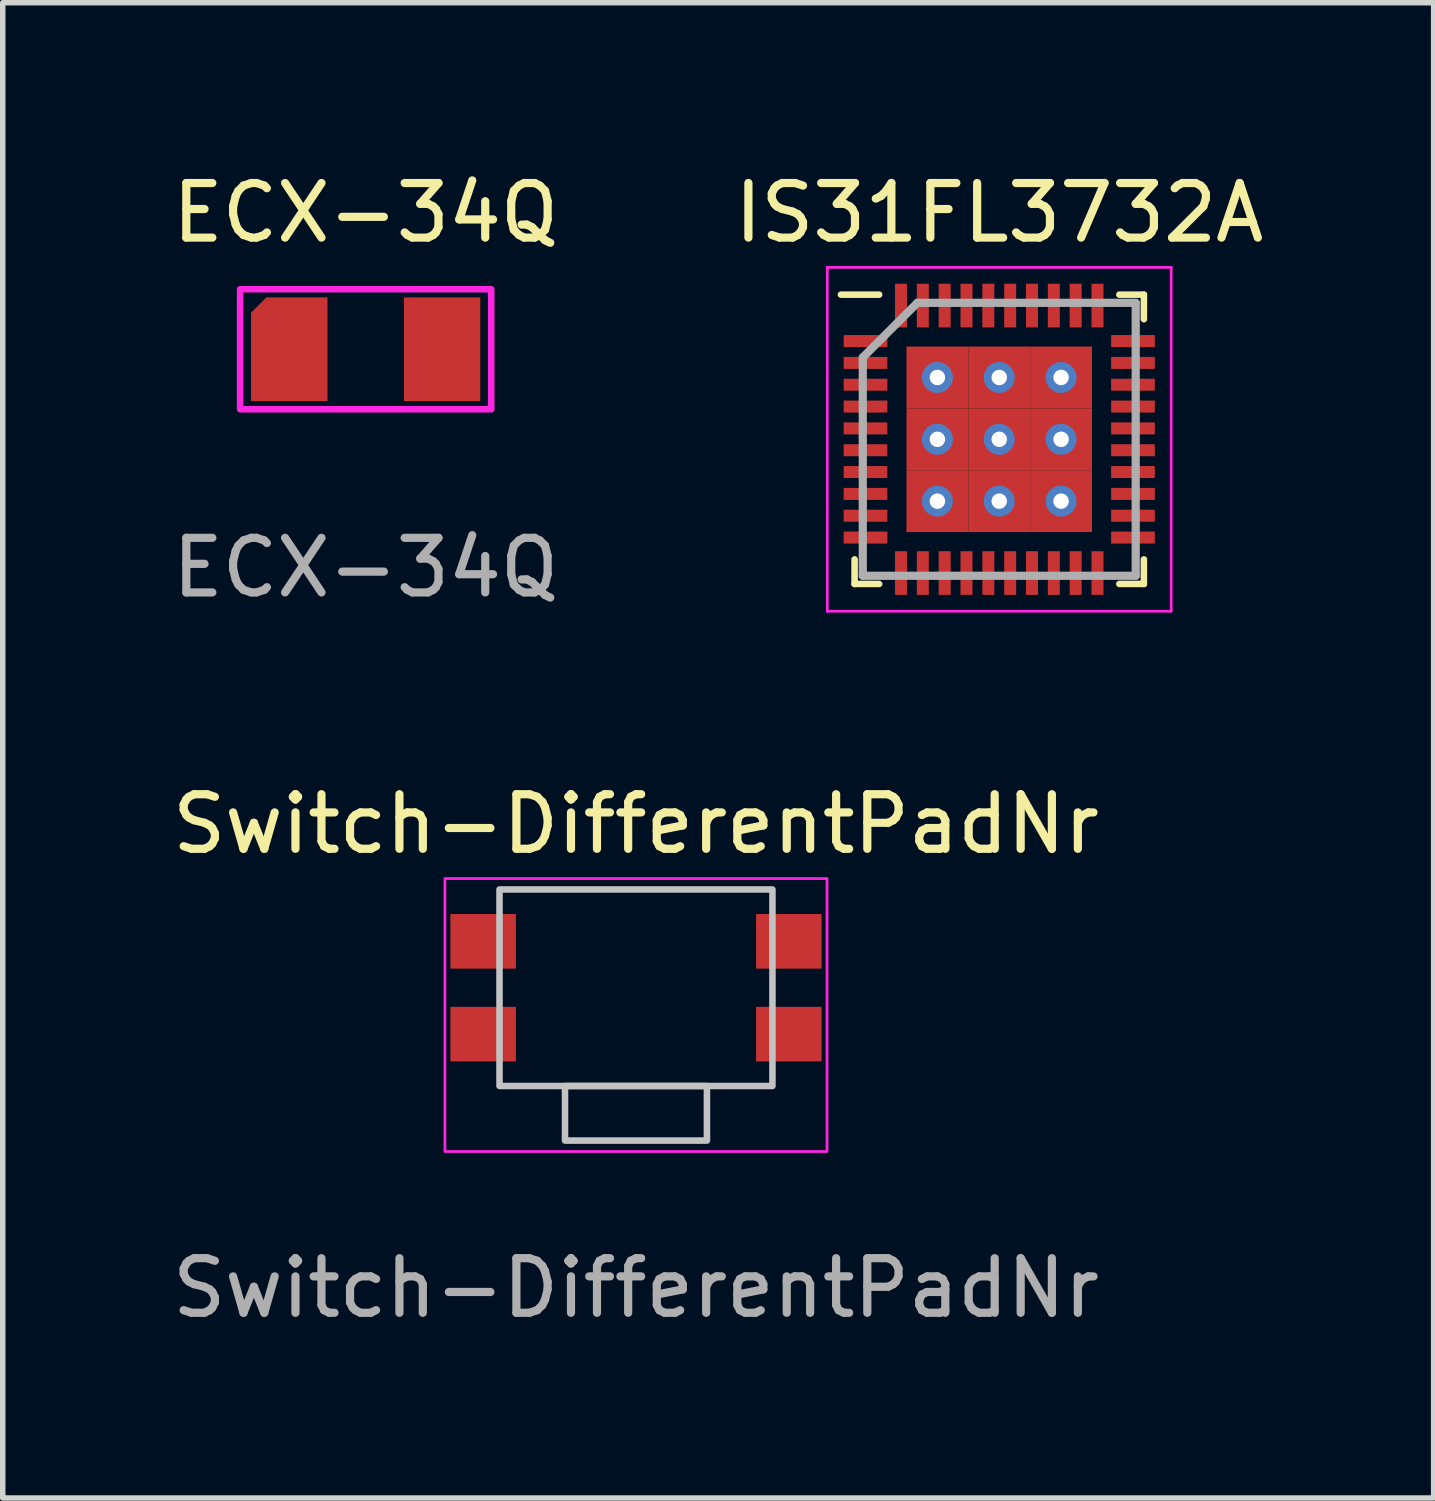
<source format=kicad_pcb>
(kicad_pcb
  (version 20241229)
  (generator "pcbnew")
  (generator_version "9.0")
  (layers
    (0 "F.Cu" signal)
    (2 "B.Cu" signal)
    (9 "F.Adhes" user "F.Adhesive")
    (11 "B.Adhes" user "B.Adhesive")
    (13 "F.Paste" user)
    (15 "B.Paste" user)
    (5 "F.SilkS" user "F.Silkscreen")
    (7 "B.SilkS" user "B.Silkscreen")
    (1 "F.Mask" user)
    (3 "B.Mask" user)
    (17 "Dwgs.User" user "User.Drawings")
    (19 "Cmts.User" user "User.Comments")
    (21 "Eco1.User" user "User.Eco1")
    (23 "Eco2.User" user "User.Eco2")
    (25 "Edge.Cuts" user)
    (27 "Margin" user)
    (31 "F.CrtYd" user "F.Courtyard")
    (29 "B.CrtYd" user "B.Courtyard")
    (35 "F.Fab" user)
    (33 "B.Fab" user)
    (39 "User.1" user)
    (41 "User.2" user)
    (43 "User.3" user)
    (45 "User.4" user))
  (footprint "IS31FL3732A"
    (layer "F.Cu")
    (at 15.256 4.998)
    (property "Reference" "IS31FL3732A" (at 0 -4.15 0) (layer "F.SilkS") (effects (font (size 1 1) (thickness 0.15))))
    (attr through_hole)
    (fp_line (start -2.65 2.65) (end -2.65 2.2) (stroke (width 0.12) (type solid)) (layer "F.SilkS"))
    (fp_line (start -2.2 -2.65) (end -2.9 -2.65) (stroke (width 0.12) (type solid)) (layer "F.SilkS"))
    (fp_line (start -2.2 2.65) (end -2.65 2.65) (stroke (width 0.12) (type solid)) (layer "F.SilkS"))
    (fp_line (start 2.2 -2.65) (end 2.65 -2.65) (stroke (width 0.12) (type solid)) (layer "F.SilkS"))
    (fp_line (start 2.2 2.65) (end 2.65 2.65) (stroke (width 0.12) (type solid)) (layer "F.SilkS"))
    (fp_line (start 2.65 -2.65) (end 2.65 -2.2) (stroke (width 0.12) (type solid)) (layer "F.SilkS"))
    (fp_line (start 2.65 2.65) (end 2.65 2.2) (stroke (width 0.12) (type solid)) (layer "F.SilkS"))
    (fp_line (start -3.15 -3.15) (end 3.15 -3.15) (stroke (width 0.05) (type solid)) (layer "F.CrtYd"))
    (fp_line (start -3.15 3.15) (end -3.15 -3.15) (stroke (width 0.05) (type solid)) (layer "F.CrtYd"))
    (fp_line (start 3.15 -3.15) (end 3.15 3.15) (stroke (width 0.05) (type solid)) (layer "F.CrtYd"))
    (fp_line (start 3.15 3.15) (end -3.15 3.15) (stroke (width 0.05) (type solid)) (layer "F.CrtYd"))
    (fp_line (start -2.5 -1.5) (end -2.5 2.5) (stroke (width 0.15) (type solid)) (layer "F.Fab"))
    (fp_line (start -2.5 2.5) (end 2.5 2.5) (stroke (width 0.15) (type solid)) (layer "F.Fab"))
    (fp_line (start -1.5 -2.5) (end -2.5 -1.5) (stroke (width 0.15) (type solid)) (layer "F.Fab"))
    (fp_line (start 2.5 -2.5) (end -1.5 -2.5) (stroke (width 0.15) (type solid)) (layer "F.Fab"))
    (fp_line (start 2.5 2.5) (end 2.5 -2.5) (stroke (width 0.15) (type solid)) (layer "F.Fab"))
    (pad "1" smd rect (at -2.45 -1.8 90) (size 0.22 0.8) (layers "F.Cu" "F.Mask" "F.Paste"))
    (pad "2" smd rect (at -2.45 -1.4 90) (size 0.22 0.8) (layers "F.Cu" "F.Mask" "F.Paste"))
    (pad "3" smd rect (at -2.45 -1 90) (size 0.22 0.8) (layers "F.Cu" "F.Mask" "F.Paste"))
    (pad "4" smd rect (at -2.45 -0.6 90) (size 0.22 0.8) (layers "F.Cu" "F.Mask" "F.Paste"))
    (pad "5" smd rect (at -2.45 -0.2 90) (size 0.22 0.8) (layers "F.Cu" "F.Mask" "F.Paste"))
    (pad "6" smd rect (at -2.45 0.2 90) (size 0.22 0.8) (layers "F.Cu" "F.Mask" "F.Paste"))
    (pad "7" smd rect (at -2.45 0.6 90) (size 0.22 0.8) (layers "F.Cu" "F.Mask" "F.Paste"))
    (pad "8" smd rect (at -2.45 1 90) (size 0.22 0.8) (layers "F.Cu" "F.Mask" "F.Paste"))
    (pad "9" smd rect (at -2.45 1.4 90) (size 0.22 0.8) (layers "F.Cu" "F.Mask" "F.Paste"))
    (pad "10" smd rect (at -2.45 1.8 90) (size 0.22 0.8) (layers "F.Cu" "F.Mask" "F.Paste"))
    (pad "11" smd rect (at -1.8 2.45) (size 0.22 0.8) (layers "F.Cu" "F.Mask" "F.Paste"))
    (pad "12" smd rect (at -1.4 2.45) (size 0.22 0.8) (layers "F.Cu" "F.Mask" "F.Paste"))
    (pad "13" smd rect (at -1 2.45) (size 0.22 0.8) (layers "F.Cu" "F.Mask" "F.Paste"))
    (pad "14" smd rect (at -0.6 2.45) (size 0.22 0.8) (layers "F.Cu" "F.Mask" "F.Paste"))
    (pad "15" smd rect (at -0.2 2.45) (size 0.22 0.8) (layers "F.Cu" "F.Mask" "F.Paste"))
    (pad "16" smd rect (at 0.2 2.45) (size 0.22 0.8) (layers "F.Cu" "F.Mask" "F.Paste"))
    (pad "17" smd rect (at 0.6 2.45) (size 0.22 0.8) (layers "F.Cu" "F.Mask" "F.Paste"))
    (pad "18" smd rect (at 1 2.45) (size 0.22 0.8) (layers "F.Cu" "F.Mask" "F.Paste"))
    (pad "19" smd rect (at 1.4 2.45) (size 0.22 0.8) (layers "F.Cu" "F.Mask" "F.Paste"))
    (pad "20" smd rect (at 1.8 2.45) (size 0.22 0.8) (layers "F.Cu" "F.Mask" "F.Paste"))
    (pad "21" smd rect (at 2.45 1.8 90) (size 0.22 0.8) (layers "F.Cu" "F.Mask" "F.Paste"))
    (pad "22" smd rect (at 2.45 1.4 90) (size 0.22 0.8) (layers "F.Cu" "F.Mask" "F.Paste"))
    (pad "23" smd rect (at 2.45 1 90) (size 0.22 0.8) (layers "F.Cu" "F.Mask" "F.Paste"))
    (pad "24" smd rect (at 2.45 0.6 90) (size 0.22 0.8) (layers "F.Cu" "F.Mask" "F.Paste"))
    (pad "25" smd rect (at 2.45 0.2 90) (size 0.22 0.8) (layers "F.Cu" "F.Mask" "F.Paste"))
    (pad "26" smd rect (at 2.45 -0.2 90) (size 0.22 0.8) (layers "F.Cu" "F.Mask" "F.Paste"))
    (pad "27" smd rect (at 2.45 -0.6 90) (size 0.22 0.8) (layers "F.Cu" "F.Mask" "F.Paste"))
    (pad "28" smd rect (at 2.45 -1 90) (size 0.22 0.8) (layers "F.Cu" "F.Mask" "F.Paste"))
    (pad "29" smd rect (at 2.45 -1.4 90) (size 0.22 0.8) (layers "F.Cu" "F.Mask" "F.Paste"))
    (pad "30" smd rect (at 2.45 -1.8 90) (size 0.22 0.8) (layers "F.Cu" "F.Mask" "F.Paste"))
    (pad "31" smd rect (at 1.8 -2.45) (size 0.22 0.8) (layers "F.Cu" "F.Mask" "F.Paste"))
    (pad "32" smd rect (at 1.4 -2.45) (size 0.22 0.8) (layers "F.Cu" "F.Mask" "F.Paste"))
    (pad "33" smd rect (at 1 -2.45) (size 0.22 0.8) (layers "F.Cu" "F.Mask" "F.Paste"))
    (pad "34" smd rect (at 0.6 -2.45) (size 0.22 0.8) (layers "F.Cu" "F.Mask" "F.Paste"))
    (pad "35" smd rect (at 0.2 -2.45) (size 0.22 0.8) (layers "F.Cu" "F.Mask" "F.Paste"))
    (pad "36" smd rect (at -0.2 -2.45) (size 0.22 0.8) (layers "F.Cu" "F.Mask" "F.Paste"))
    (pad "37" smd rect (at -0.6 -2.45) (size 0.22 0.8) (layers "F.Cu" "F.Mask" "F.Paste"))
    (pad "38" smd rect (at -1 -2.45) (size 0.22 0.8) (layers "F.Cu" "F.Mask" "F.Paste"))
    (pad "39" smd rect (at -1.4 -2.45) (size 0.22 0.8) (layers "F.Cu" "F.Mask" "F.Paste"))
    (pad "40" smd rect (at -1.8 -2.45) (size 0.22 0.8) (layers "F.Cu" "F.Mask" "F.Paste"))
    (pad "PAD" thru_hole circle (at -1.133 -1.133) (size 0.567 0.567) (drill 0.283) (layers "*.Cu" "*.Mask"))
    (pad "PAD" smd rect (at -1.133 -1.133) (size 1.133 1.133) (layers "F.Cu" "F.Mask" "F.Paste"))
    (pad "PAD" thru_hole circle (at -1.133 0) (size 0.567 0.567) (drill 0.283) (layers "*.Cu" "*.Mask"))
    (pad "PAD" smd rect (at -1.133 0) (size 1.133 1.133) (layers "F.Cu" "F.Mask" "F.Paste"))
    (pad "PAD" thru_hole circle (at -1.133 1.133) (size 0.567 0.567) (drill 0.283) (layers "*.Cu" "*.Mask"))
    (pad "PAD" smd rect (at -1.133 1.133) (size 1.133 1.133) (layers "F.Cu" "F.Mask" "F.Paste"))
    (pad "PAD" thru_hole circle (at 0 -1.133) (size 0.567 0.567) (drill 0.283) (layers "*.Cu" "*.Mask"))
    (pad "PAD" smd rect (at 0 -1.133) (size 1.133 1.133) (layers "F.Cu" "F.Mask" "F.Paste"))
    (pad "PAD" thru_hole circle (at 0 0) (size 0.567 0.567) (drill 0.283) (layers "*.Cu" "*.Mask"))
    (pad "PAD" smd rect (at 0 0) (size 1.133 1.133) (layers "F.Cu" "F.Mask" "F.Paste"))
    (pad "PAD" thru_hole circle (at 0 1.133) (size 0.567 0.567) (drill 0.283) (layers "*.Cu" "*.Mask"))
    (pad "PAD" smd rect (at 0 1.133) (size 1.133 1.133) (layers "F.Cu" "F.Mask" "F.Paste"))
    (pad "PAD" thru_hole circle (at 1.133 -1.133) (size 0.567 0.567) (drill 0.283) (layers "*.Cu" "*.Mask"))
    (pad "PAD" smd rect (at 1.133 -1.133) (size 1.133 1.133) (layers "F.Cu" "F.Mask" "F.Paste"))
    (pad "PAD" thru_hole circle (at 1.133 0) (size 0.567 0.567) (drill 0.283) (layers "*.Cu" "*.Mask"))
    (pad "PAD" smd rect (at 1.133 0) (size 1.133 1.133) (layers "F.Cu" "F.Mask" "F.Paste"))
    (pad "PAD" thru_hole circle (at 1.133 1.133) (size 0.567 0.567) (drill 0.283) (layers "*.Cu" "*.Mask"))
    (pad "PAD" smd rect (at 1.133 1.133) (size 1.133 1.133) (layers "F.Cu" "F.Mask" "F.Paste")))
  (footprint "Switch-DifferentPadNr"
    (layer "F.Cu")
    (at 8.601 15.045)
    (property "Reference" "Switch-DifferentPadNr" (at 0 -3 0) (unlocked yes) (layer "F.SilkS") (effects (font (size 1 1) (thickness 0.15))))
    (attr smd)
    (fp_rect (start -2.5 -1.8) (end 2.5 1.8) (stroke (width 0.12) (type solid)) (fill no) (layer "Dwgs.User"))
    (fp_rect (start -1.3 1.8) (end 1.3 2.8) (stroke (width 0.12) (type solid)) (fill no) (layer "Dwgs.User"))
    (fp_rect (start -3.5 -2) (end 3.5 3) (stroke (width 0.12) (type solid)) (fill no) (layer "Margin"))
    (fp_rect (start -3.5 -2) (end 3.5 3) (stroke (width 0.05) (type solid)) (fill no) (layer "F.CrtYd"))
    (fp_text user "${REFERENCE}" (at 0 5.5 0) (unlocked yes) (layer "F.Fab") (effects (font (size 1 1) (thickness 0.15))))
    (pad "1" smd rect (at 2.8 -0.85) (size 1.2 1) (layers "F.Cu" "F.Mask" "F.Paste"))
    (pad "2" smd rect (at -2.8 -0.85) (size 1.2 1) (layers "F.Cu" "F.Mask" "F.Paste"))
    (pad "3" smd rect (at 2.8 0.85) (size 1.2 1) (layers "F.Cu" "F.Mask" "F.Paste"))
    (pad "4" smd rect (at -2.8 0.85) (size 1.2 1) (layers "F.Cu" "F.Mask" "F.Paste")))
  (footprint "ECX-34Q"
    (layer "F.Cu")
    (at 3.649 3.348)
    (property "Reference" "ECX-34Q" (at 0 -2.5 0) (unlocked yes) (layer "F.SilkS") (effects (font (size 1 1) (thickness 0.15))))
    (attr smd)
    (fp_rect (start -2.3 -1.1) (end 2.3 1.1) (stroke (width 0.12) (type solid)) (fill no) (layer "Margin"))
    (fp_rect (start -2.3 -1.1) (end 2.3 1.1) (stroke (width 0.12) (type solid)) (fill no) (layer "F.CrtYd"))
    (fp_text user "${REFERENCE}" (at 0 4 0) (unlocked yes) (layer "F.Fab") (effects (font (size 1 1) (thickness 0.15))))
    (pad "1" smd roundrect (at -1.4 0) (size 1.4 1.9) (layers "F.Cu" "F.Mask" "F.Paste") (roundrect_rratio 0) (chamfer_ratio 0.2) (chamfer top_left))
    (pad "2" smd rect (at 1.4 0) (size 1.4 1.9) (layers "F.Cu" "F.Mask" "F.Paste")))
  (gr_rect
    (start -3 -3)
    (end 23.214 24.393)
    (stroke (width 0.1) (type default))
    (fill no)
    (layer "Edge.Cuts")))
</source>
